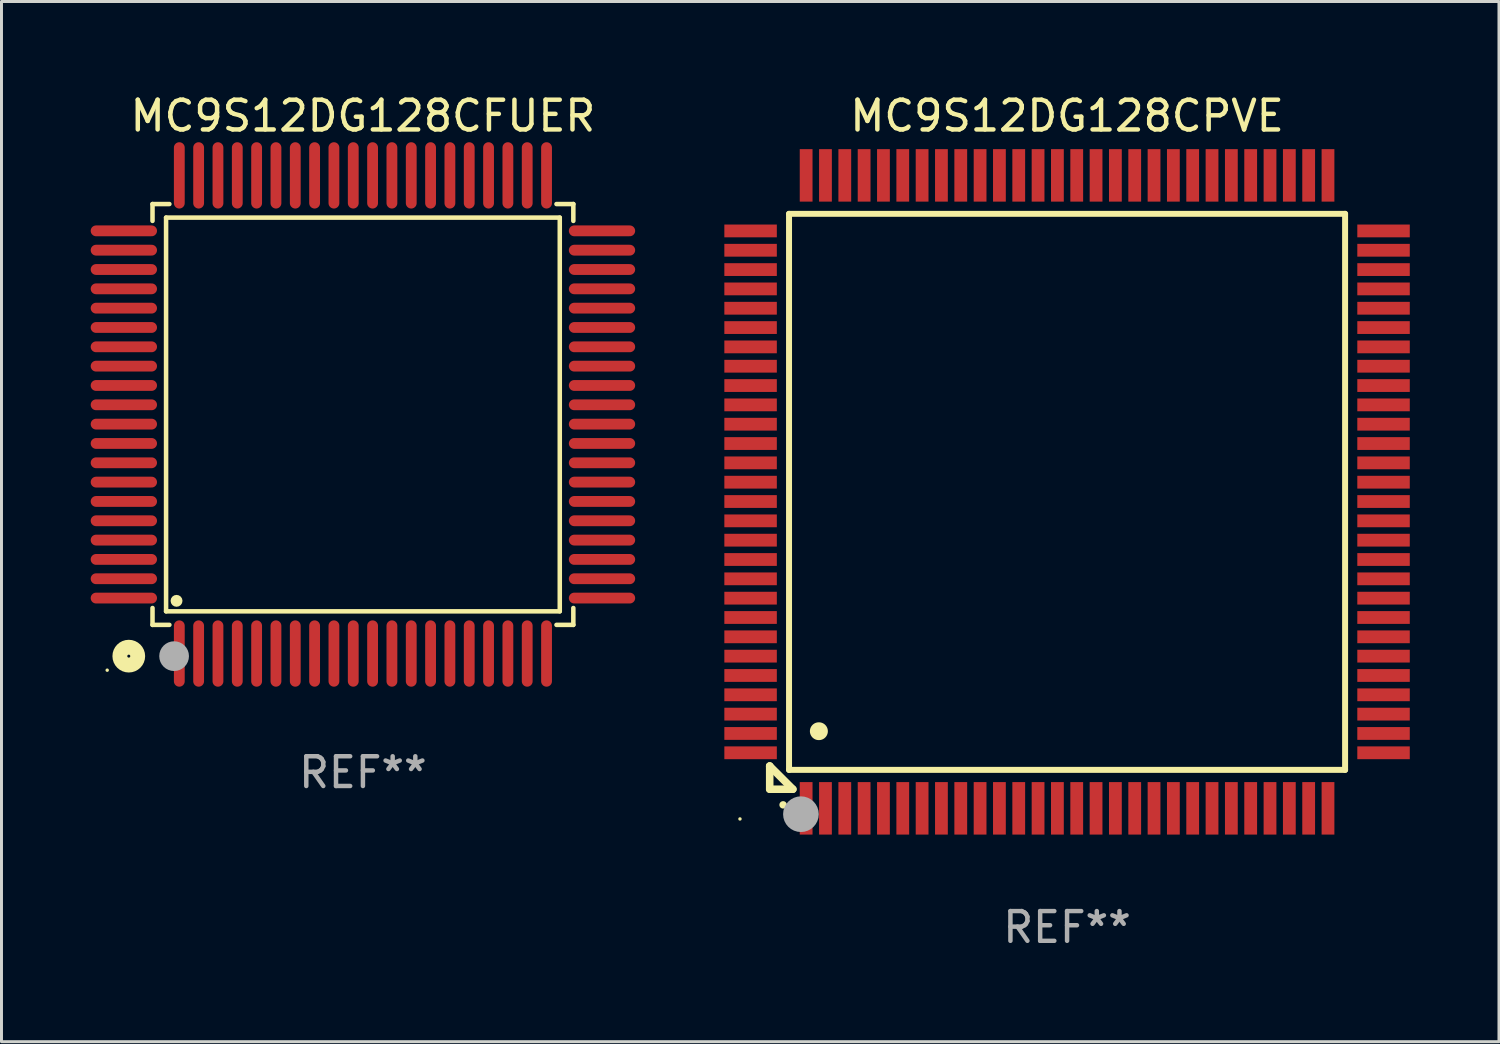
<source format=kicad_pcb>
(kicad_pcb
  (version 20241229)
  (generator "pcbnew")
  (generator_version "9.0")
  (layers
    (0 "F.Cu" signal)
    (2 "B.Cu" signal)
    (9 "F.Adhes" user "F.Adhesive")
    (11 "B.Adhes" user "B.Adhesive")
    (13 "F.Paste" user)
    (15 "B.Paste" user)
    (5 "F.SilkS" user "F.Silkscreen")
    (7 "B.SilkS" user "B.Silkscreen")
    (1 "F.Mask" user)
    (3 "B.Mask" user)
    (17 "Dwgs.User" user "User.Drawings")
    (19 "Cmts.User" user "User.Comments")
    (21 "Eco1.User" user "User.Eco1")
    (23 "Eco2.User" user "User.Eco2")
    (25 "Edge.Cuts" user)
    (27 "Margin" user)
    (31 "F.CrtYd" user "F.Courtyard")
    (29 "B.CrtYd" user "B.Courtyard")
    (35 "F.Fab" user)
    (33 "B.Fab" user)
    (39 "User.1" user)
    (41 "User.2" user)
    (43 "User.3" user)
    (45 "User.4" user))
  (footprint "MC9S12DG128CPVE"
    (layer "F.Cu")
    (at 32.835 13.491)
    (property "Reference" "MC9S12DG128CPVE" (at 0 -12.643 0) (layer "F.SilkS") (effects (font (size 1 1) (thickness 0.15))))
    (attr through_hole)
    (fp_line (start -10 9.221) (end -10 9.221) (stroke (width 0.254) (type solid)) (layer "F.SilkS"))
    (fp_line (start -10 9.221) (end -10 10) (stroke (width 0.254) (type solid)) (layer "F.SilkS"))
    (fp_line (start -10 9.221) (end -9.221 10) (stroke (width 0.254) (type solid)) (layer "F.SilkS"))
    (fp_line (start -10 10) (end -9.221 10) (stroke (width 0.254) (type solid)) (layer "F.SilkS"))
    (fp_line (start -9.35 -9.35) (end -9.35 9.35) (stroke (width 0.201) (type solid)) (layer "F.SilkS"))
    (fp_line (start -9.35 9.35) (end 9.35 9.35) (stroke (width 0.201) (type solid)) (layer "F.SilkS"))
    (fp_line (start 9.35 -9.35) (end -9.35 -9.35) (stroke (width 0.201) (type solid)) (layer "F.SilkS"))
    (fp_line (start 9.35 9.35) (end 9.35 -9.35) (stroke (width 0.201) (type solid)) (layer "F.SilkS"))
    (fp_arc (start -9.550546 10.525832) (mid -9.549276 10.525826) (end -9.548006 10.525832) (stroke (width 0.24892) (type solid)) (layer "F.SilkS"))
    (fp_arc (start -8.349124 8.049327) (mid -8.346584 8.049316) (end -8.344044 8.049327) (stroke (width 0.599441) (type solid)) (layer "F.SilkS"))
    (fp_circle (center -11 11) (end -10.97 11) (stroke (width 0.06) (type solid)) (fill no) (layer "F.SilkS"))
    (fp_circle (center -8.95 10.84) (end -8.65 10.84) (stroke (width 0.6) (type solid)) (fill no) (layer "F.Fab"))
    (fp_text user "REF**" (at 0 14.643 0) (layer "F.Fab") (effects (font (size 1 1) (thickness 0.15))))
    (pad "1" smd rect (at -8.775 10.643) (size 0.43 1.765) (layers "F.Cu" "F.Mask" "F.Paste"))
    (pad "2" smd rect (at -8.125 10.643) (size 0.43 1.765) (layers "F.Cu" "F.Mask" "F.Paste"))
    (pad "3" smd rect (at -7.475 10.643) (size 0.43 1.765) (layers "F.Cu" "F.Mask" "F.Paste"))
    (pad "4" smd rect (at -6.825 10.643) (size 0.43 1.765) (layers "F.Cu" "F.Mask" "F.Paste"))
    (pad "5" smd rect (at -6.175 10.643) (size 0.43 1.765) (layers "F.Cu" "F.Mask" "F.Paste"))
    (pad "6" smd rect (at -5.525 10.643) (size 0.43 1.765) (layers "F.Cu" "F.Mask" "F.Paste"))
    (pad "7" smd rect (at -4.875 10.643) (size 0.43 1.765) (layers "F.Cu" "F.Mask" "F.Paste"))
    (pad "8" smd rect (at -4.225 10.643) (size 0.43 1.765) (layers "F.Cu" "F.Mask" "F.Paste"))
    (pad "9" smd rect (at -3.575 10.643) (size 0.43 1.765) (layers "F.Cu" "F.Mask" "F.Paste"))
    (pad "10" smd rect (at -2.925 10.643) (size 0.43 1.765) (layers "F.Cu" "F.Mask" "F.Paste"))
    (pad "11" smd rect (at -2.275 10.643) (size 0.43 1.765) (layers "F.Cu" "F.Mask" "F.Paste"))
    (pad "12" smd rect (at -1.625 10.643) (size 0.43 1.765) (layers "F.Cu" "F.Mask" "F.Paste"))
    (pad "13" smd rect (at -0.975 10.643) (size 0.43 1.765) (layers "F.Cu" "F.Mask" "F.Paste"))
    (pad "14" smd rect (at -0.325 10.643) (size 0.43 1.765) (layers "F.Cu" "F.Mask" "F.Paste"))
    (pad "15" smd rect (at 0.325 10.643) (size 0.43 1.765) (layers "F.Cu" "F.Mask" "F.Paste"))
    (pad "16" smd rect (at 0.975 10.643) (size 0.43 1.765) (layers "F.Cu" "F.Mask" "F.Paste"))
    (pad "17" smd rect (at 1.625 10.643) (size 0.43 1.765) (layers "F.Cu" "F.Mask" "F.Paste"))
    (pad "18" smd rect (at 2.275 10.643) (size 0.43 1.765) (layers "F.Cu" "F.Mask" "F.Paste"))
    (pad "19" smd rect (at 2.925 10.643) (size 0.43 1.765) (layers "F.Cu" "F.Mask" "F.Paste"))
    (pad "20" smd rect (at 3.575 10.643) (size 0.43 1.765) (layers "F.Cu" "F.Mask" "F.Paste"))
    (pad "21" smd rect (at 4.225 10.643) (size 0.43 1.765) (layers "F.Cu" "F.Mask" "F.Paste"))
    (pad "22" smd rect (at 4.875 10.643) (size 0.43 1.765) (layers "F.Cu" "F.Mask" "F.Paste"))
    (pad "23" smd rect (at 5.525 10.643) (size 0.43 1.765) (layers "F.Cu" "F.Mask" "F.Paste"))
    (pad "24" smd rect (at 6.175 10.643) (size 0.43 1.765) (layers "F.Cu" "F.Mask" "F.Paste"))
    (pad "25" smd rect (at 6.825 10.643) (size 0.43 1.765) (layers "F.Cu" "F.Mask" "F.Paste"))
    (pad "26" smd rect (at 7.475 10.643) (size 0.43 1.765) (layers "F.Cu" "F.Mask" "F.Paste"))
    (pad "27" smd rect (at 8.125 10.643) (size 0.43 1.765) (layers "F.Cu" "F.Mask" "F.Paste"))
    (pad "28" smd rect (at 8.775 10.643) (size 0.43 1.765) (layers "F.Cu" "F.Mask" "F.Paste"))
    (pad "29" smd rect (at 10.643 8.775) (size 1.765 0.43) (layers "F.Cu" "F.Mask" "F.Paste"))
    (pad "30" smd rect (at 10.643 8.125) (size 1.765 0.43) (layers "F.Cu" "F.Mask" "F.Paste"))
    (pad "31" smd rect (at 10.643 7.475) (size 1.765 0.43) (layers "F.Cu" "F.Mask" "F.Paste"))
    (pad "32" smd rect (at 10.643 6.825) (size 1.765 0.43) (layers "F.Cu" "F.Mask" "F.Paste"))
    (pad "33" smd rect (at 10.643 6.175) (size 1.765 0.43) (layers "F.Cu" "F.Mask" "F.Paste"))
    (pad "34" smd rect (at 10.643 5.525) (size 1.765 0.43) (layers "F.Cu" "F.Mask" "F.Paste"))
    (pad "35" smd rect (at 10.643 4.875) (size 1.765 0.43) (layers "F.Cu" "F.Mask" "F.Paste"))
    (pad "36" smd rect (at 10.643 4.225) (size 1.765 0.43) (layers "F.Cu" "F.Mask" "F.Paste"))
    (pad "37" smd rect (at 10.643 3.575) (size 1.765 0.43) (layers "F.Cu" "F.Mask" "F.Paste"))
    (pad "38" smd rect (at 10.643 2.925) (size 1.765 0.43) (layers "F.Cu" "F.Mask" "F.Paste"))
    (pad "39" smd rect (at 10.643 2.275) (size 1.765 0.43) (layers "F.Cu" "F.Mask" "F.Paste"))
    (pad "40" smd rect (at 10.643 1.625) (size 1.765 0.43) (layers "F.Cu" "F.Mask" "F.Paste"))
    (pad "41" smd rect (at 10.643 0.975) (size 1.765 0.43) (layers "F.Cu" "F.Mask" "F.Paste"))
    (pad "42" smd rect (at 10.643 0.325) (size 1.765 0.43) (layers "F.Cu" "F.Mask" "F.Paste"))
    (pad "43" smd rect (at 10.643 -0.325) (size 1.765 0.43) (layers "F.Cu" "F.Mask" "F.Paste"))
    (pad "44" smd rect (at 10.643 -0.975) (size 1.765 0.43) (layers "F.Cu" "F.Mask" "F.Paste"))
    (pad "45" smd rect (at 10.643 -1.625) (size 1.765 0.43) (layers "F.Cu" "F.Mask" "F.Paste"))
    (pad "46" smd rect (at 10.643 -2.275) (size 1.765 0.43) (layers "F.Cu" "F.Mask" "F.Paste"))
    (pad "47" smd rect (at 10.643 -2.925) (size 1.765 0.43) (layers "F.Cu" "F.Mask" "F.Paste"))
    (pad "48" smd rect (at 10.643 -3.575) (size 1.765 0.43) (layers "F.Cu" "F.Mask" "F.Paste"))
    (pad "49" smd rect (at 10.643 -4.225) (size 1.765 0.43) (layers "F.Cu" "F.Mask" "F.Paste"))
    (pad "50" smd rect (at 10.643 -4.875) (size 1.765 0.43) (layers "F.Cu" "F.Mask" "F.Paste"))
    (pad "51" smd rect (at 10.643 -5.525) (size 1.765 0.43) (layers "F.Cu" "F.Mask" "F.Paste"))
    (pad "52" smd rect (at 10.643 -6.175) (size 1.765 0.43) (layers "F.Cu" "F.Mask" "F.Paste"))
    (pad "53" smd rect (at 10.643 -6.825) (size 1.765 0.43) (layers "F.Cu" "F.Mask" "F.Paste"))
    (pad "54" smd rect (at 10.643 -7.475) (size 1.765 0.43) (layers "F.Cu" "F.Mask" "F.Paste"))
    (pad "55" smd rect (at 10.643 -8.125) (size 1.765 0.43) (layers "F.Cu" "F.Mask" "F.Paste"))
    (pad "56" smd rect (at 10.643 -8.775) (size 1.765 0.43) (layers "F.Cu" "F.Mask" "F.Paste"))
    (pad "57" smd rect (at 8.775 -10.643) (size 0.43 1.765) (layers "F.Cu" "F.Mask" "F.Paste"))
    (pad "58" smd rect (at 8.125 -10.643) (size 0.43 1.765) (layers "F.Cu" "F.Mask" "F.Paste"))
    (pad "59" smd rect (at 7.475 -10.643) (size 0.43 1.765) (layers "F.Cu" "F.Mask" "F.Paste"))
    (pad "60" smd rect (at 6.825 -10.643) (size 0.43 1.765) (layers "F.Cu" "F.Mask" "F.Paste"))
    (pad "61" smd rect (at 6.175 -10.643) (size 0.43 1.765) (layers "F.Cu" "F.Mask" "F.Paste"))
    (pad "62" smd rect (at 5.525 -10.643) (size 0.43 1.765) (layers "F.Cu" "F.Mask" "F.Paste"))
    (pad "63" smd rect (at 4.875 -10.643) (size 0.43 1.765) (layers "F.Cu" "F.Mask" "F.Paste"))
    (pad "64" smd rect (at 4.225 -10.643) (size 0.43 1.765) (layers "F.Cu" "F.Mask" "F.Paste"))
    (pad "65" smd rect (at 3.575 -10.643) (size 0.43 1.765) (layers "F.Cu" "F.Mask" "F.Paste"))
    (pad "66" smd rect (at 2.925 -10.643) (size 0.43 1.765) (layers "F.Cu" "F.Mask" "F.Paste"))
    (pad "67" smd rect (at 2.275 -10.643) (size 0.43 1.765) (layers "F.Cu" "F.Mask" "F.Paste"))
    (pad "68" smd rect (at 1.625 -10.643) (size 0.43 1.765) (layers "F.Cu" "F.Mask" "F.Paste"))
    (pad "69" smd rect (at 0.975 -10.643) (size 0.43 1.765) (layers "F.Cu" "F.Mask" "F.Paste"))
    (pad "70" smd rect (at 0.325 -10.643) (size 0.43 1.765) (layers "F.Cu" "F.Mask" "F.Paste"))
    (pad "71" smd rect (at -0.325 -10.643) (size 0.43 1.765) (layers "F.Cu" "F.Mask" "F.Paste"))
    (pad "72" smd rect (at -0.975 -10.643) (size 0.43 1.765) (layers "F.Cu" "F.Mask" "F.Paste"))
    (pad "73" smd rect (at -1.625 -10.643) (size 0.43 1.765) (layers "F.Cu" "F.Mask" "F.Paste"))
    (pad "74" smd rect (at -2.275 -10.643) (size 0.43 1.765) (layers "F.Cu" "F.Mask" "F.Paste"))
    (pad "75" smd rect (at -2.925 -10.643) (size 0.43 1.765) (layers "F.Cu" "F.Mask" "F.Paste"))
    (pad "76" smd rect (at -3.575 -10.643) (size 0.43 1.765) (layers "F.Cu" "F.Mask" "F.Paste"))
    (pad "77" smd rect (at -4.225 -10.643) (size 0.43 1.765) (layers "F.Cu" "F.Mask" "F.Paste"))
    (pad "78" smd rect (at -4.875 -10.643) (size 0.43 1.765) (layers "F.Cu" "F.Mask" "F.Paste"))
    (pad "79" smd rect (at -5.525 -10.643) (size 0.43 1.765) (layers "F.Cu" "F.Mask" "F.Paste"))
    (pad "80" smd rect (at -6.175 -10.643) (size 0.43 1.765) (layers "F.Cu" "F.Mask" "F.Paste"))
    (pad "81" smd rect (at -6.825 -10.643) (size 0.43 1.765) (layers "F.Cu" "F.Mask" "F.Paste"))
    (pad "82" smd rect (at -7.475 -10.643) (size 0.43 1.765) (layers "F.Cu" "F.Mask" "F.Paste"))
    (pad "83" smd rect (at -8.125 -10.643) (size 0.43 1.765) (layers "F.Cu" "F.Mask" "F.Paste"))
    (pad "84" smd rect (at -8.775 -10.643) (size 0.43 1.765) (layers "F.Cu" "F.Mask" "F.Paste"))
    (pad "85" smd rect (at -10.643 -8.775) (size 1.765 0.43) (layers "F.Cu" "F.Mask" "F.Paste"))
    (pad "86" smd rect (at -10.643 -8.125) (size 1.765 0.43) (layers "F.Cu" "F.Mask" "F.Paste"))
    (pad "87" smd rect (at -10.643 -7.475) (size 1.765 0.43) (layers "F.Cu" "F.Mask" "F.Paste"))
    (pad "88" smd rect (at -10.643 -6.825) (size 1.765 0.43) (layers "F.Cu" "F.Mask" "F.Paste"))
    (pad "89" smd rect (at -10.643 -6.175) (size 1.765 0.43) (layers "F.Cu" "F.Mask" "F.Paste"))
    (pad "90" smd rect (at -10.643 -5.525) (size 1.765 0.43) (layers "F.Cu" "F.Mask" "F.Paste"))
    (pad "91" smd rect (at -10.643 -4.875) (size 1.765 0.43) (layers "F.Cu" "F.Mask" "F.Paste"))
    (pad "92" smd rect (at -10.643 -4.225) (size 1.765 0.43) (layers "F.Cu" "F.Mask" "F.Paste"))
    (pad "93" smd rect (at -10.643 -3.575) (size 1.765 0.43) (layers "F.Cu" "F.Mask" "F.Paste"))
    (pad "94" smd rect (at -10.643 -2.925) (size 1.765 0.43) (layers "F.Cu" "F.Mask" "F.Paste"))
    (pad "95" smd rect (at -10.643 -2.275) (size 1.765 0.43) (layers "F.Cu" "F.Mask" "F.Paste"))
    (pad "96" smd rect (at -10.643 -1.625) (size 1.765 0.43) (layers "F.Cu" "F.Mask" "F.Paste"))
    (pad "97" smd rect (at -10.643 -0.975) (size 1.765 0.43) (layers "F.Cu" "F.Mask" "F.Paste"))
    (pad "98" smd rect (at -10.643 -0.325) (size 1.765 0.43) (layers "F.Cu" "F.Mask" "F.Paste"))
    (pad "99" smd rect (at -10.643 0.325) (size 1.765 0.43) (layers "F.Cu" "F.Mask" "F.Paste"))
    (pad "100" smd rect (at -10.643 0.975) (size 1.765 0.43) (layers "F.Cu" "F.Mask" "F.Paste"))
    (pad "101" smd rect (at -10.643 1.625) (size 1.765 0.43) (layers "F.Cu" "F.Mask" "F.Paste"))
    (pad "102" smd rect (at -10.643 2.275) (size 1.765 0.43) (layers "F.Cu" "F.Mask" "F.Paste"))
    (pad "103" smd rect (at -10.643 2.925) (size 1.765 0.43) (layers "F.Cu" "F.Mask" "F.Paste"))
    (pad "104" smd rect (at -10.643 3.575) (size 1.765 0.43) (layers "F.Cu" "F.Mask" "F.Paste"))
    (pad "105" smd rect (at -10.643 4.225) (size 1.765 0.43) (layers "F.Cu" "F.Mask" "F.Paste"))
    (pad "106" smd rect (at -10.643 4.875) (size 1.765 0.43) (layers "F.Cu" "F.Mask" "F.Paste"))
    (pad "107" smd rect (at -10.643 5.525) (size 1.765 0.43) (layers "F.Cu" "F.Mask" "F.Paste"))
    (pad "108" smd rect (at -10.643 6.175) (size 1.765 0.43) (layers "F.Cu" "F.Mask" "F.Paste"))
    (pad "109" smd rect (at -10.643 6.825) (size 1.765 0.43) (layers "F.Cu" "F.Mask" "F.Paste"))
    (pad "110" smd rect (at -10.643 7.475) (size 1.765 0.43) (layers "F.Cu" "F.Mask" "F.Paste"))
    (pad "111" smd rect (at -10.643 8.125) (size 1.765 0.43) (layers "F.Cu" "F.Mask" "F.Paste"))
    (pad "112" smd rect (at -10.643 8.775) (size 1.765 0.43) (layers "F.Cu" "F.Mask" "F.Paste")))
  (footprint "MC9S12DG128CFUER"
    (layer "F.Cu")
    (at 9.155 10.888)
    (property "Reference" "MC9S12DG128CFUER" (at 0 -10.04 0) (layer "F.SilkS") (effects (font (size 1 1) (thickness 0.15))))
    (attr through_hole)
    (fp_line (start -7.076 -7.076) (end -7.076 -6.509) (stroke (width 0.152) (type solid)) (layer "F.SilkS"))
    (fp_line (start -7.076 7.076) (end -7.076 6.509) (stroke (width 0.152) (type solid)) (layer "F.SilkS"))
    (fp_line (start -6.62 -6.62) (end 6.62 -6.62) (stroke (width 0.152) (type solid)) (layer "F.SilkS"))
    (fp_line (start -6.62 6.62) (end -6.62 -6.62) (stroke (width 0.152) (type solid)) (layer "F.SilkS"))
    (fp_line (start -6.509 -7.076) (end -7.076 -7.076) (stroke (width 0.152) (type solid)) (layer "F.SilkS"))
    (fp_line (start -6.509 7.076) (end -7.076 7.076) (stroke (width 0.152) (type solid)) (layer "F.SilkS"))
    (fp_line (start 6.509 -7.076) (end 7.076 -7.076) (stroke (width 0.152) (type solid)) (layer "F.SilkS"))
    (fp_line (start 6.509 7.076) (end 7.076 7.076) (stroke (width 0.152) (type solid)) (layer "F.SilkS"))
    (fp_line (start 6.62 -6.62) (end 6.62 6.62) (stroke (width 0.152) (type solid)) (layer "F.SilkS"))
    (fp_line (start 6.62 6.62) (end -6.62 6.62) (stroke (width 0.152) (type solid)) (layer "F.SilkS"))
    (fp_line (start 7.076 -7.076) (end 7.076 -6.509) (stroke (width 0.152) (type solid)) (layer "F.SilkS"))
    (fp_line (start 7.076 7.076) (end 7.076 6.509) (stroke (width 0.152) (type solid)) (layer "F.SilkS"))
    (fp_circle (center -8.6 8.6) (end -8.57 8.6) (stroke (width 0.06) (type solid)) (fill no) (layer "F.SilkS"))
    (fp_circle (center -7.874 8.128) (end -7.574 8.128) (stroke (width 0.5) (type solid)) (fill no) (layer "F.SilkS"))
    (fp_circle (center -6.268 6.268) (end -6.168 6.268) (stroke (width 0.2) (type solid)) (fill no) (layer "F.SilkS"))
    (fp_circle (center -6.35 8.128) (end -6.1 8.128) (stroke (width 0.5) (type solid)) (fill no) (layer "F.Fab"))
    (fp_text user "REF**" (at 0 12.04 0) (layer "F.Fab") (effects (font (size 1 1) (thickness 0.15))))
    (pad "1" smd oval (at -6.175 8.04) (size 0.364 2.23) (layers "F.Cu" "F.Mask" "F.Paste"))
    (pad "2" smd oval (at -5.525 8.04) (size 0.364 2.23) (layers "F.Cu" "F.Mask" "F.Paste"))
    (pad "3" smd oval (at -4.875 8.04) (size 0.364 2.23) (layers "F.Cu" "F.Mask" "F.Paste"))
    (pad "4" smd oval (at -4.225 8.04) (size 0.364 2.23) (layers "F.Cu" "F.Mask" "F.Paste"))
    (pad "5" smd oval (at -3.575 8.04) (size 0.364 2.23) (layers "F.Cu" "F.Mask" "F.Paste"))
    (pad "6" smd oval (at -2.925 8.04) (size 0.364 2.23) (layers "F.Cu" "F.Mask" "F.Paste"))
    (pad "7" smd oval (at -2.275 8.04) (size 0.364 2.23) (layers "F.Cu" "F.Mask" "F.Paste"))
    (pad "8" smd oval (at -1.625 8.04) (size 0.364 2.23) (layers "F.Cu" "F.Mask" "F.Paste"))
    (pad "9" smd oval (at -0.975 8.04) (size 0.364 2.23) (layers "F.Cu" "F.Mask" "F.Paste"))
    (pad "10" smd oval (at -0.325 8.04) (size 0.364 2.23) (layers "F.Cu" "F.Mask" "F.Paste"))
    (pad "11" smd oval (at 0.325 8.04) (size 0.364 2.23) (layers "F.Cu" "F.Mask" "F.Paste"))
    (pad "12" smd oval (at 0.975 8.04) (size 0.364 2.23) (layers "F.Cu" "F.Mask" "F.Paste"))
    (pad "13" smd oval (at 1.625 8.04) (size 0.364 2.23) (layers "F.Cu" "F.Mask" "F.Paste"))
    (pad "14" smd oval (at 2.275 8.04) (size 0.364 2.23) (layers "F.Cu" "F.Mask" "F.Paste"))
    (pad "15" smd oval (at 2.925 8.04) (size 0.364 2.23) (layers "F.Cu" "F.Mask" "F.Paste"))
    (pad "16" smd oval (at 3.575 8.04) (size 0.364 2.23) (layers "F.Cu" "F.Mask" "F.Paste"))
    (pad "17" smd oval (at 4.225 8.04) (size 0.364 2.23) (layers "F.Cu" "F.Mask" "F.Paste"))
    (pad "18" smd oval (at 4.875 8.04) (size 0.364 2.23) (layers "F.Cu" "F.Mask" "F.Paste"))
    (pad "19" smd oval (at 5.525 8.04) (size 0.364 2.23) (layers "F.Cu" "F.Mask" "F.Paste"))
    (pad "20" smd oval (at 6.175 8.04) (size 0.364 2.23) (layers "F.Cu" "F.Mask" "F.Paste"))
    (pad "21" smd oval (at 8.04 6.175) (size 2.23 0.364) (layers "F.Cu" "F.Mask" "F.Paste"))
    (pad "22" smd oval (at 8.04 5.525) (size 2.23 0.364) (layers "F.Cu" "F.Mask" "F.Paste"))
    (pad "23" smd oval (at 8.04 4.875) (size 2.23 0.364) (layers "F.Cu" "F.Mask" "F.Paste"))
    (pad "24" smd oval (at 8.04 4.225) (size 2.23 0.364) (layers "F.Cu" "F.Mask" "F.Paste"))
    (pad "25" smd oval (at 8.04 3.575) (size 2.23 0.364) (layers "F.Cu" "F.Mask" "F.Paste"))
    (pad "26" smd oval (at 8.04 2.925) (size 2.23 0.364) (layers "F.Cu" "F.Mask" "F.Paste"))
    (pad "27" smd oval (at 8.04 2.275) (size 2.23 0.364) (layers "F.Cu" "F.Mask" "F.Paste"))
    (pad "28" smd oval (at 8.04 1.625) (size 2.23 0.364) (layers "F.Cu" "F.Mask" "F.Paste"))
    (pad "29" smd oval (at 8.04 0.975) (size 2.23 0.364) (layers "F.Cu" "F.Mask" "F.Paste"))
    (pad "30" smd oval (at 8.04 0.325) (size 2.23 0.364) (layers "F.Cu" "F.Mask" "F.Paste"))
    (pad "31" smd oval (at 8.04 -0.325) (size 2.23 0.364) (layers "F.Cu" "F.Mask" "F.Paste"))
    (pad "32" smd oval (at 8.04 -0.975) (size 2.23 0.364) (layers "F.Cu" "F.Mask" "F.Paste"))
    (pad "33" smd oval (at 8.04 -1.625) (size 2.23 0.364) (layers "F.Cu" "F.Mask" "F.Paste"))
    (pad "34" smd oval (at 8.04 -2.275) (size 2.23 0.364) (layers "F.Cu" "F.Mask" "F.Paste"))
    (pad "35" smd oval (at 8.04 -2.925) (size 2.23 0.364) (layers "F.Cu" "F.Mask" "F.Paste"))
    (pad "36" smd oval (at 8.04 -3.575) (size 2.23 0.364) (layers "F.Cu" "F.Mask" "F.Paste"))
    (pad "37" smd oval (at 8.04 -4.225) (size 2.23 0.364) (layers "F.Cu" "F.Mask" "F.Paste"))
    (pad "38" smd oval (at 8.04 -4.875) (size 2.23 0.364) (layers "F.Cu" "F.Mask" "F.Paste"))
    (pad "39" smd oval (at 8.04 -5.525) (size 2.23 0.364) (layers "F.Cu" "F.Mask" "F.Paste"))
    (pad "40" smd oval (at 8.04 -6.175) (size 2.23 0.364) (layers "F.Cu" "F.Mask" "F.Paste"))
    (pad "41" smd oval (at 6.175 -8.04) (size 0.364 2.23) (layers "F.Cu" "F.Mask" "F.Paste"))
    (pad "42" smd oval (at 5.525 -8.04) (size 0.364 2.23) (layers "F.Cu" "F.Mask" "F.Paste"))
    (pad "43" smd oval (at 4.875 -8.04) (size 0.364 2.23) (layers "F.Cu" "F.Mask" "F.Paste"))
    (pad "44" smd oval (at 4.225 -8.04) (size 0.364 2.23) (layers "F.Cu" "F.Mask" "F.Paste"))
    (pad "45" smd oval (at 3.575 -8.04) (size 0.364 2.23) (layers "F.Cu" "F.Mask" "F.Paste"))
    (pad "46" smd oval (at 2.925 -8.04) (size 0.364 2.23) (layers "F.Cu" "F.Mask" "F.Paste"))
    (pad "47" smd oval (at 2.275 -8.04) (size 0.364 2.23) (layers "F.Cu" "F.Mask" "F.Paste"))
    (pad "48" smd oval (at 1.625 -8.04) (size 0.364 2.23) (layers "F.Cu" "F.Mask" "F.Paste"))
    (pad "49" smd oval (at 0.975 -8.04) (size 0.364 2.23) (layers "F.Cu" "F.Mask" "F.Paste"))
    (pad "50" smd oval (at 0.325 -8.04) (size 0.364 2.23) (layers "F.Cu" "F.Mask" "F.Paste"))
    (pad "51" smd oval (at -0.325 -8.04) (size 0.364 2.23) (layers "F.Cu" "F.Mask" "F.Paste"))
    (pad "52" smd oval (at -0.975 -8.04) (size 0.364 2.23) (layers "F.Cu" "F.Mask" "F.Paste"))
    (pad "53" smd oval (at -1.625 -8.04) (size 0.364 2.23) (layers "F.Cu" "F.Mask" "F.Paste"))
    (pad "54" smd oval (at -2.275 -8.04) (size 0.364 2.23) (layers "F.Cu" "F.Mask" "F.Paste"))
    (pad "55" smd oval (at -2.925 -8.04) (size 0.364 2.23) (layers "F.Cu" "F.Mask" "F.Paste"))
    (pad "56" smd oval (at -3.575 -8.04) (size 0.364 2.23) (layers "F.Cu" "F.Mask" "F.Paste"))
    (pad "57" smd oval (at -4.225 -8.04) (size 0.364 2.23) (layers "F.Cu" "F.Mask" "F.Paste"))
    (pad "58" smd oval (at -4.875 -8.04) (size 0.364 2.23) (layers "F.Cu" "F.Mask" "F.Paste"))
    (pad "59" smd oval (at -5.525 -8.04) (size 0.364 2.23) (layers "F.Cu" "F.Mask" "F.Paste"))
    (pad "60" smd oval (at -6.175 -8.04) (size 0.364 2.23) (layers "F.Cu" "F.Mask" "F.Paste"))
    (pad "61" smd oval (at -8.04 -6.175) (size 2.23 0.364) (layers "F.Cu" "F.Mask" "F.Paste"))
    (pad "62" smd oval (at -8.04 -5.525) (size 2.23 0.364) (layers "F.Cu" "F.Mask" "F.Paste"))
    (pad "63" smd oval (at -8.04 -4.875) (size 2.23 0.364) (layers "F.Cu" "F.Mask" "F.Paste"))
    (pad "64" smd oval (at -8.04 -4.225) (size 2.23 0.364) (layers "F.Cu" "F.Mask" "F.Paste"))
    (pad "65" smd oval (at -8.04 -3.575) (size 2.23 0.364) (layers "F.Cu" "F.Mask" "F.Paste"))
    (pad "66" smd oval (at -8.04 -2.925) (size 2.23 0.364) (layers "F.Cu" "F.Mask" "F.Paste"))
    (pad "67" smd oval (at -8.04 -2.275) (size 2.23 0.364) (layers "F.Cu" "F.Mask" "F.Paste"))
    (pad "68" smd oval (at -8.04 -1.625) (size 2.23 0.364) (layers "F.Cu" "F.Mask" "F.Paste"))
    (pad "69" smd oval (at -8.04 -0.975) (size 2.23 0.364) (layers "F.Cu" "F.Mask" "F.Paste"))
    (pad "70" smd oval (at -8.04 -0.325) (size 2.23 0.364) (layers "F.Cu" "F.Mask" "F.Paste"))
    (pad "71" smd oval (at -8.04 0.325) (size 2.23 0.364) (layers "F.Cu" "F.Mask" "F.Paste"))
    (pad "72" smd oval (at -8.04 0.975) (size 2.23 0.364) (layers "F.Cu" "F.Mask" "F.Paste"))
    (pad "73" smd oval (at -8.04 1.625) (size 2.23 0.364) (layers "F.Cu" "F.Mask" "F.Paste"))
    (pad "74" smd oval (at -8.04 2.275) (size 2.23 0.364) (layers "F.Cu" "F.Mask" "F.Paste"))
    (pad "75" smd oval (at -8.04 2.925) (size 2.23 0.364) (layers "F.Cu" "F.Mask" "F.Paste"))
    (pad "76" smd oval (at -8.04 3.575) (size 2.23 0.364) (layers "F.Cu" "F.Mask" "F.Paste"))
    (pad "77" smd oval (at -8.04 4.225) (size 2.23 0.364) (layers "F.Cu" "F.Mask" "F.Paste"))
    (pad "78" smd oval (at -8.04 4.875) (size 2.23 0.364) (layers "F.Cu" "F.Mask" "F.Paste"))
    (pad "79" smd oval (at -8.04 5.525) (size 2.23 0.364) (layers "F.Cu" "F.Mask" "F.Paste"))
    (pad "80" smd oval (at -8.04 6.175) (size 2.23 0.364) (layers "F.Cu" "F.Mask" "F.Paste")))
  (gr_rect
    (start -3 -3)
    (end 47.36 31.982)
    (stroke (width 0.1) (type default))
    (fill no)
    (layer "Edge.Cuts")))
</source>
